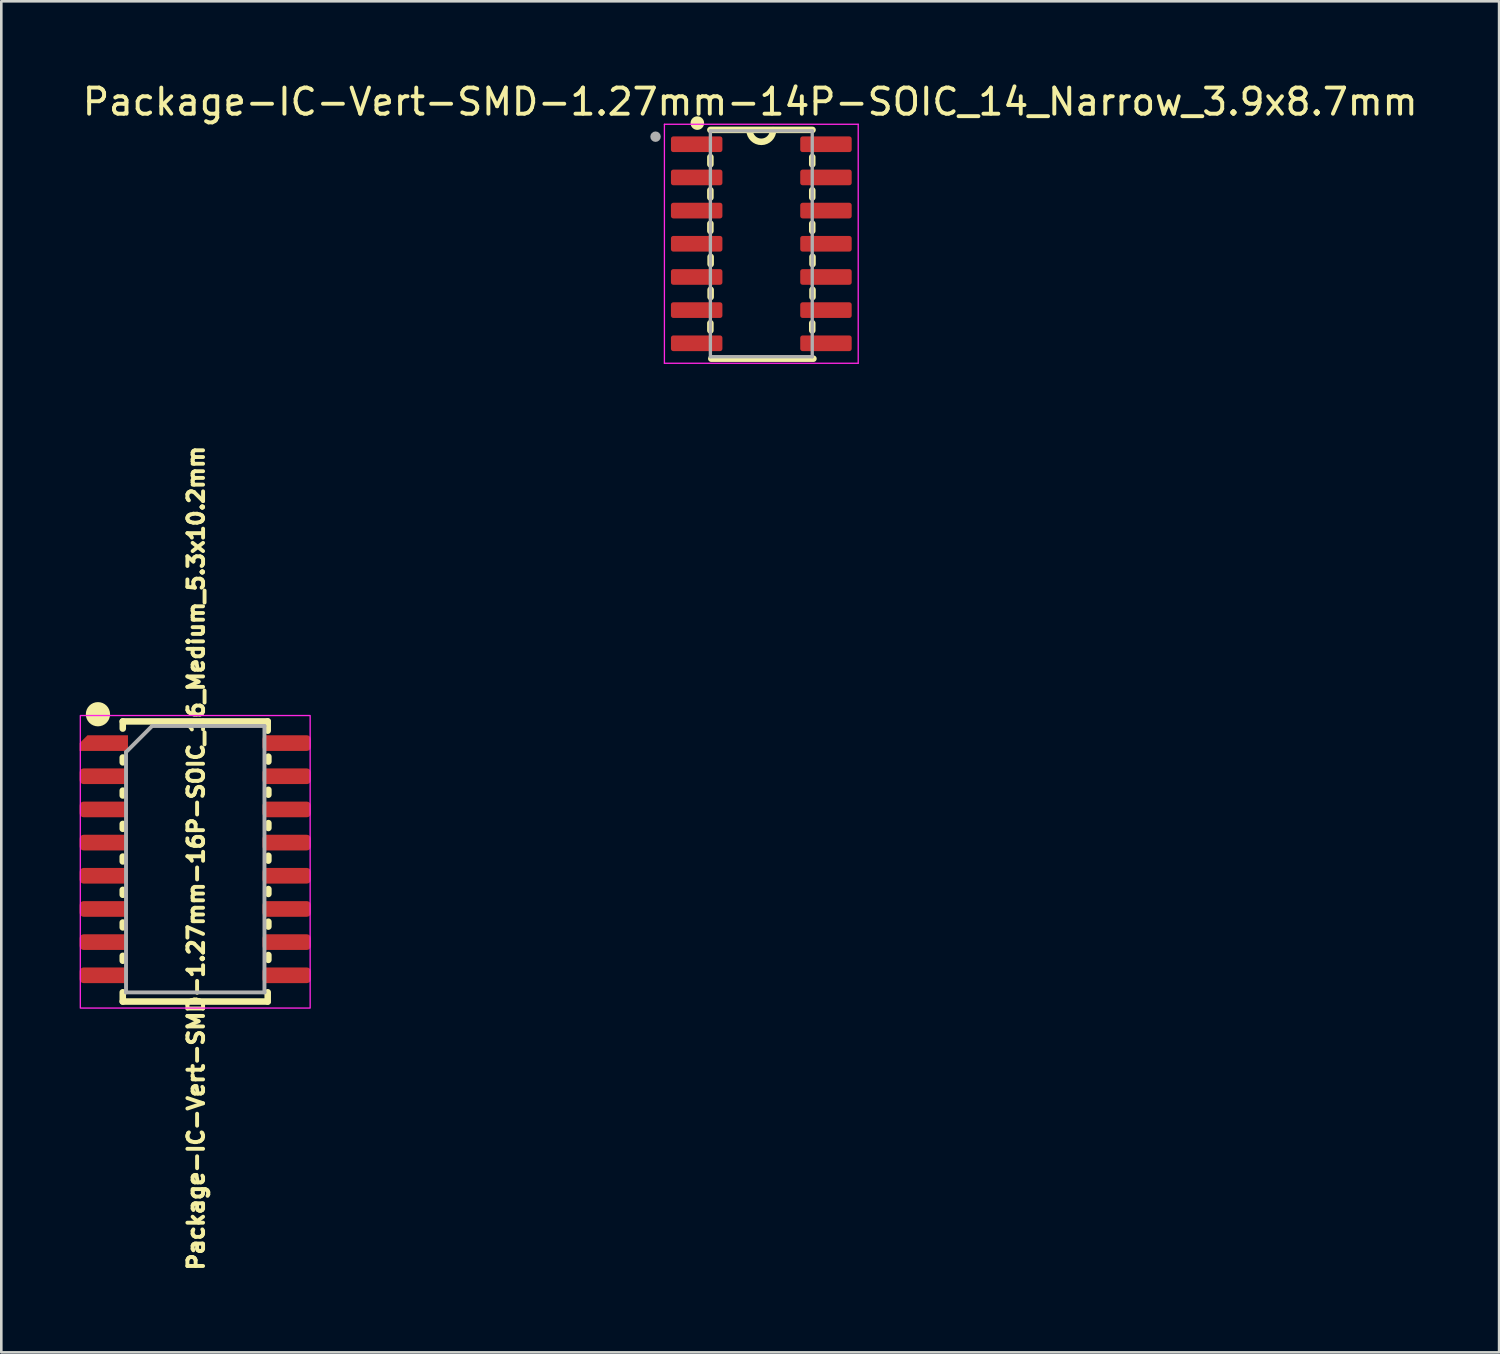
<source format=kicad_pcb>
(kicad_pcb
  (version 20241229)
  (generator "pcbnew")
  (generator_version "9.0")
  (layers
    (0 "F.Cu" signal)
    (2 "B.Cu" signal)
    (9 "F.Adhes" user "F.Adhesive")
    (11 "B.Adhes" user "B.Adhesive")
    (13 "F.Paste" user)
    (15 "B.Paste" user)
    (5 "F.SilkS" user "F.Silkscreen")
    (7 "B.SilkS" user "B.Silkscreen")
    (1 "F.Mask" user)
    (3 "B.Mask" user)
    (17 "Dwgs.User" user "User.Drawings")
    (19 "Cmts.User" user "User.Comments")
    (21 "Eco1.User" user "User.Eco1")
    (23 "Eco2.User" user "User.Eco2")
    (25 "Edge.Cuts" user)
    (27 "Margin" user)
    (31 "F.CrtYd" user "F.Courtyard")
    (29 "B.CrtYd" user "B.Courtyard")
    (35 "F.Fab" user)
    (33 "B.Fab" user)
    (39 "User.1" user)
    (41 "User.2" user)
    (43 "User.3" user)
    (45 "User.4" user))
  (footprint "Package-IC-Vert-SMD-1.27mm-14P-SOIC_14_Narrow_3.9x8.7mm"
    (layer "F.Cu")
    (at 26.098 6.283)
    (property "Reference" "Package-IC-Vert-SMD-1.27mm-14P-SOIC_14_Narrow_3.9x8.7mm" (at -0.425 -5.435 0) (layer "F.SilkS") (effects (font (size 1 1) (thickness 0.15))))
    (attr smd)
    (fp_line (start -1.95 -4.36) (end 1.96 -4.36) (stroke (width 0.25) (type solid)) (layer "F.SilkS"))
    (fp_line (start -1.95 -3.32) (end -1.95 -3.04) (stroke (width 0.25) (type solid)) (layer "F.SilkS"))
    (fp_line (start -1.95 -2.05) (end -1.95 -1.77) (stroke (width 0.25) (type solid)) (layer "F.SilkS"))
    (fp_line (start -1.95 -0.77) (end -1.95 -0.49) (stroke (width 0.25) (type solid)) (layer "F.SilkS"))
    (fp_line (start -1.95 3.04) (end -1.95 3.32) (stroke (width 0.25) (type solid)) (layer "F.SilkS"))
    (fp_line (start -1.94 0.5) (end -1.94 0.78) (stroke (width 0.25) (type solid)) (layer "F.SilkS"))
    (fp_line (start -1.94 1.76) (end -1.94 2.04) (stroke (width 0.25) (type solid)) (layer "F.SilkS"))
    (fp_line (start -1.915 4.4) (end 1.995 4.4) (stroke (width 0.25) (type solid)) (layer "F.SilkS"))
    (fp_line (start 1.95 -3.32) (end 1.95 -3.04) (stroke (width 0.25) (type solid)) (layer "F.SilkS"))
    (fp_line (start 1.95 -2.05) (end 1.95 -1.77) (stroke (width 0.25) (type solid)) (layer "F.SilkS"))
    (fp_line (start 1.95 -0.77) (end 1.95 -0.49) (stroke (width 0.25) (type solid)) (layer "F.SilkS"))
    (fp_line (start 1.95 3.04) (end 1.95 3.32) (stroke (width 0.25) (type solid)) (layer "F.SilkS"))
    (fp_line (start 1.96 0.5) (end 1.96 0.78) (stroke (width 0.25) (type solid)) (layer "F.SilkS"))
    (fp_line (start 1.96 1.76) (end 1.96 2.04) (stroke (width 0.25) (type solid)) (layer "F.SilkS"))
    (fp_arc (start 0.45 -4.35) (mid 0.009833 -3.90497) (end -0.45 -4.34) (stroke (width 0.25) (type solid)) (layer "F.SilkS"))
    (fp_circle (center -2.45 -4.62) (end -2.29 -4.62) (stroke (width 0.2) (type solid)) (fill yes) (layer "F.SilkS"))
    (fp_line (start -3.71 -4.575) (end 3.71 -4.575) (stroke (width 0.05) (type solid)) (layer "F.CrtYd"))
    (fp_line (start -3.71 4.575) (end -3.71 -4.575) (stroke (width 0.05) (type solid)) (layer "F.CrtYd"))
    (fp_line (start 3.71 -4.575) (end 3.71 4.575) (stroke (width 0.05) (type solid)) (layer "F.CrtYd"))
    (fp_line (start 3.71 4.575) (end -3.71 4.575) (stroke (width 0.05) (type solid)) (layer "F.CrtYd"))
    (fp_line (start -1.95 -4.325) (end 1.95 -4.325) (stroke (width 0.127) (type solid)) (layer "F.Fab"))
    (fp_line (start -1.95 4.325) (end -1.95 -4.325) (stroke (width 0.127) (type solid)) (layer "F.Fab"))
    (fp_line (start 1.95 -4.325) (end 1.95 4.325) (stroke (width 0.127) (type solid)) (layer "F.Fab"))
    (fp_line (start 1.95 4.325) (end -1.95 4.325) (stroke (width 0.127) (type solid)) (layer "F.Fab"))
    (fp_circle (center -4.05 -4.1) (end -3.95 -4.1) (stroke (width 0.2) (type solid)) (fill no) (layer "F.Fab"))
    (pad "1" smd roundrect (at -2.475 -3.81) (size 1.97 0.6) (layers "F.Cu" "F.Mask" "F.Paste") (roundrect_rratio 0.15))
    (pad "2" smd roundrect (at -2.475 -2.54) (size 1.97 0.6) (layers "F.Cu" "F.Mask" "F.Paste") (roundrect_rratio 0.15))
    (pad "3" smd roundrect (at -2.475 -1.27) (size 1.97 0.6) (layers "F.Cu" "F.Mask" "F.Paste") (roundrect_rratio 0.15))
    (pad "4" smd roundrect (at -2.475 0) (size 1.97 0.6) (layers "F.Cu" "F.Mask" "F.Paste") (roundrect_rratio 0.15))
    (pad "5" smd roundrect (at -2.475 1.27) (size 1.97 0.6) (layers "F.Cu" "F.Mask" "F.Paste") (roundrect_rratio 0.15))
    (pad "6" smd roundrect (at -2.475 2.54) (size 1.97 0.6) (layers "F.Cu" "F.Mask" "F.Paste") (roundrect_rratio 0.15))
    (pad "7" smd roundrect (at -2.475 3.81) (size 1.97 0.6) (layers "F.Cu" "F.Mask" "F.Paste") (roundrect_rratio 0.15))
    (pad "8" smd roundrect (at 2.475 3.81) (size 1.97 0.6) (layers "F.Cu" "F.Mask" "F.Paste") (roundrect_rratio 0.15))
    (pad "9" smd roundrect (at 2.475 2.54) (size 1.97 0.6) (layers "F.Cu" "F.Mask" "F.Paste") (roundrect_rratio 0.15))
    (pad "10" smd roundrect (at 2.475 1.27) (size 1.97 0.6) (layers "F.Cu" "F.Mask" "F.Paste") (roundrect_rratio 0.15))
    (pad "11" smd roundrect (at 2.475 0) (size 1.97 0.6) (layers "F.Cu" "F.Mask" "F.Paste") (roundrect_rratio 0.15))
    (pad "12" smd roundrect (at 2.475 -1.27) (size 1.97 0.6) (layers "F.Cu" "F.Mask" "F.Paste") (roundrect_rratio 0.15))
    (pad "13" smd roundrect (at 2.475 -2.54) (size 1.97 0.6) (layers "F.Cu" "F.Mask" "F.Paste") (roundrect_rratio 0.15))
    (pad "14" smd roundrect (at 2.475 -3.81) (size 1.97 0.6) (layers "F.Cu" "F.Mask" "F.Paste") (roundrect_rratio 0.15)))
  (footprint "Package-IC-Vert-SMD-1.27mm-16P-SOIC_16_Medium_5.3x10.2mm"
    (layer "F.Cu")
    (at 4.425 29.845)
    (property "Reference" "Package-IC-Vert-SMD-1.27mm-16P-SOIC_16_Medium_5.3x10.2mm" (at 0.03 -0.04 270) (layer "F.SilkS") (effects (font (size 0.6 0.6) (thickness 0.15))))
    (attr smd)
    (fp_line (start -2.775 -5.275) (end -2.775 -5) (stroke (width 0.25) (type solid)) (layer "F.SilkS"))
    (fp_line (start -2.775 -5.275) (end 2.775 -5.275) (stroke (width 0.25) (type solid)) (layer "F.SilkS"))
    (fp_line (start -2.775 -3.894) (end -2.775 -3.706) (stroke (width 0.25) (type solid)) (layer "F.SilkS"))
    (fp_line (start -2.775 -2.625) (end -2.775 -2.438) (stroke (width 0.25) (type solid)) (layer "F.SilkS"))
    (fp_line (start -2.775 -1.35) (end -2.775 -1.163) (stroke (width 0.25) (type solid)) (layer "F.SilkS"))
    (fp_line (start -2.775 -0.1) (end -2.775 0.087) (stroke (width 0.25) (type solid)) (layer "F.SilkS"))
    (fp_line (start -2.775 1.175) (end -2.775 1.363) (stroke (width 0.25) (type solid)) (layer "F.SilkS"))
    (fp_line (start -2.775 2.425) (end -2.775 2.612) (stroke (width 0.25) (type solid)) (layer "F.SilkS"))
    (fp_line (start -2.775 3.7) (end -2.775 3.888) (stroke (width 0.25) (type solid)) (layer "F.SilkS"))
    (fp_line (start -2.775 5.45) (end -2.775 5.095) (stroke (width 0.25) (type solid)) (layer "F.SilkS"))
    (fp_line (start -2.775 5.45) (end 2.775 5.45) (stroke (width 0.25) (type solid)) (layer "F.SilkS"))
    (fp_line (start 2.775 -5.275) (end 2.775 -4.92) (stroke (width 0.25) (type solid)) (layer "F.SilkS"))
    (fp_line (start 2.775 5.45) (end 2.775 5.095) (stroke (width 0.25) (type solid)) (layer "F.SilkS"))
    (fp_line (start 2.8 -3.925) (end 2.8 -3.737) (stroke (width 0.25) (type solid)) (layer "F.SilkS"))
    (fp_line (start 2.8 -2.656) (end 2.8 -2.469) (stroke (width 0.25) (type solid)) (layer "F.SilkS"))
    (fp_line (start 2.8 -1.381) (end 2.8 -1.194) (stroke (width 0.25) (type solid)) (layer "F.SilkS"))
    (fp_line (start 2.8 -0.131) (end 2.8 0.056) (stroke (width 0.25) (type solid)) (layer "F.SilkS"))
    (fp_line (start 2.8 1.144) (end 2.8 1.331) (stroke (width 0.25) (type solid)) (layer "F.SilkS"))
    (fp_line (start 2.8 2.394) (end 2.8 2.581) (stroke (width 0.25) (type solid)) (layer "F.SilkS"))
    (fp_line (start 2.8 3.669) (end 2.8 3.856) (stroke (width 0.25) (type solid)) (layer "F.SilkS"))
    (fp_circle (center -3.725 -5.55) (end -3.324 -5.5) (stroke (width 0.12) (type solid)) (fill yes) (layer "F.SilkS"))
    (fp_rect (start -4.4 -5.5) (end 4.4 5.7) (stroke (width 0.05) (type solid)) (fill no) (layer "F.CrtYd"))
    (fp_line (start -2.65 -4.1) (end -1.65 -5.1) (stroke (width 0.15) (type solid)) (layer "F.Fab"))
    (fp_line (start -2.65 5.1) (end -2.65 -4.1) (stroke (width 0.15) (type solid)) (layer "F.Fab"))
    (fp_line (start -1.65 -5.1) (end 2.65 -5.1) (stroke (width 0.15) (type solid)) (layer "F.Fab"))
    (fp_line (start 2.65 -5.1) (end 2.65 5.1) (stroke (width 0.15) (type solid)) (layer "F.Fab"))
    (fp_line (start 2.65 5.1) (end -2.65 5.1) (stroke (width 0.15) (type solid)) (layer "F.Fab"))
    (pad "1" smd roundrect (at -3.5 -4.445) (size 1.85 0.6) (layers "F.Cu" "F.Mask" "F.Paste") (roundrect_rratio 0) (chamfer_ratio 0.5) (chamfer top_left))
    (pad "2" smd roundrect (at -3.5 -3.175) (size 1.85 0.6) (layers "F.Cu" "F.Mask" "F.Paste") (roundrect_rratio 0.25))
    (pad "3" smd roundrect (at -3.5 -1.905) (size 1.85 0.6) (layers "F.Cu" "F.Mask" "F.Paste") (roundrect_rratio 0.25))
    (pad "4" smd roundrect (at -3.5 -0.635) (size 1.85 0.6) (layers "F.Cu" "F.Mask" "F.Paste") (roundrect_rratio 0.25))
    (pad "5" smd roundrect (at -3.5 0.635) (size 1.85 0.6) (layers "F.Cu" "F.Mask" "F.Paste") (roundrect_rratio 0.25))
    (pad "6" smd roundrect (at -3.5 1.905) (size 1.85 0.6) (layers "F.Cu" "F.Mask" "F.Paste") (roundrect_rratio 0.25))
    (pad "7" smd roundrect (at -3.5 3.175) (size 1.85 0.6) (layers "F.Cu" "F.Mask" "F.Paste") (roundrect_rratio 0.25))
    (pad "8" smd roundrect (at -3.5 4.445) (size 1.85 0.6) (layers "F.Cu" "F.Mask" "F.Paste") (roundrect_rratio 0.25))
    (pad "9" smd roundrect (at 3.5 4.445) (size 1.85 0.6) (layers "F.Cu" "F.Mask" "F.Paste") (roundrect_rratio 0.25))
    (pad "10" smd roundrect (at 3.5 3.175) (size 1.85 0.6) (layers "F.Cu" "F.Mask" "F.Paste") (roundrect_rratio 0.25))
    (pad "11" smd roundrect (at 3.5 1.905) (size 1.85 0.6) (layers "F.Cu" "F.Mask" "F.Paste") (roundrect_rratio 0.25))
    (pad "12" smd roundrect (at 3.5 0.635) (size 1.85 0.6) (layers "F.Cu" "F.Mask" "F.Paste") (roundrect_rratio 0.25))
    (pad "13" smd roundrect (at 3.5 -0.635) (size 1.85 0.6) (layers "F.Cu" "F.Mask" "F.Paste") (roundrect_rratio 0.25))
    (pad "14" smd roundrect (at 3.5 -1.905) (size 1.85 0.6) (layers "F.Cu" "F.Mask" "F.Paste") (roundrect_rratio 0.25))
    (pad "15" smd roundrect (at 3.5 -3.175) (size 1.85 0.6) (layers "F.Cu" "F.Mask" "F.Paste") (roundrect_rratio 0.25))
    (pad "16" smd roundrect (at 3.5 -4.445) (size 1.85 0.6) (layers "F.Cu" "F.Mask" "F.Paste") (roundrect_rratio 0.25)))
  (gr_rect
    (start -3 -3)
    (end 54.345 48.728)
    (stroke (width 0.1) (type default))
    (fill no)
    (layer "Edge.Cuts")))
</source>
